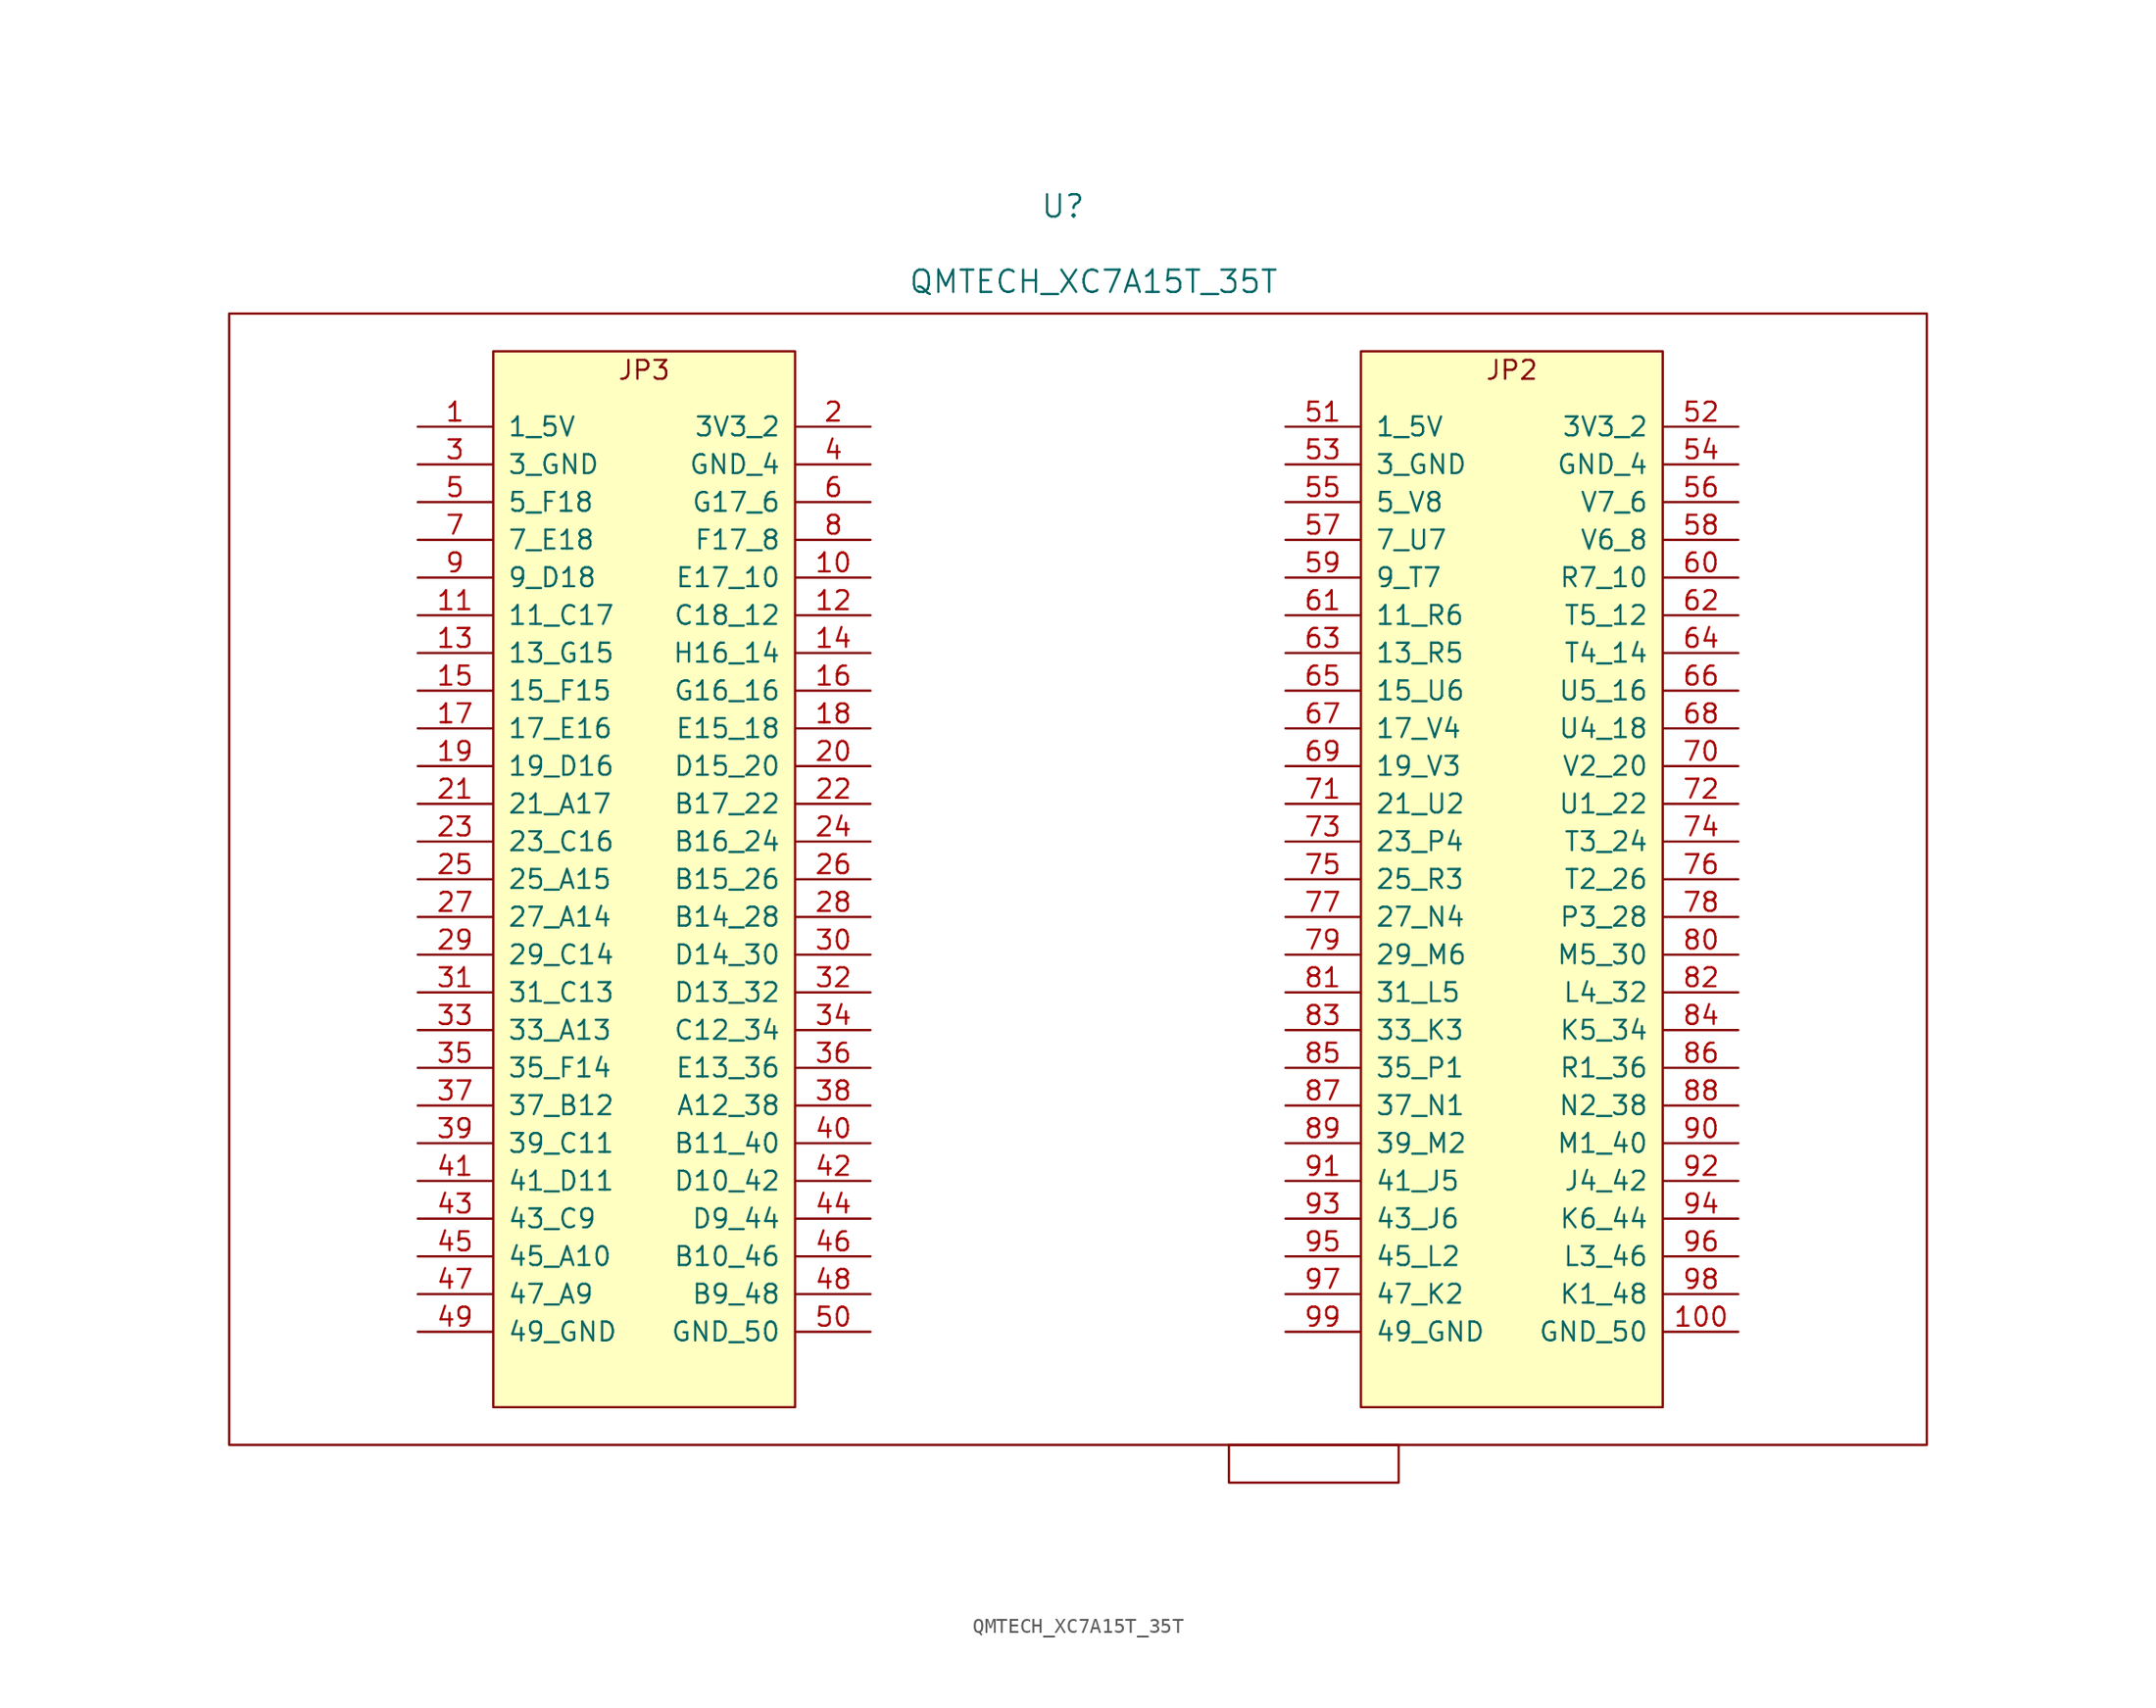
<source format=kicad_sym>
(kicad_symbol_lib
  (version 20211014)
  (generator kicad_symbol_editor)
  (symbol "QMTECH_XC7A15T_35T"
    (pin_names
      (offset 1.016))
    (property "Reference" "U"
      (at -2.54 41.91 0)
      (effects (font (size 1.499 1.499)) (justify left bottom)))
    (property "Value" "QMTECH_XC7A15T_35T"
      (at -11.43 36.83 0)
      (effects (font (size 1.499 1.499)) (justify left bottom)))
    (symbol "QMTECH_XC7A15T_35T_0_0"
      (text "JP2" (at 29.21 31.75 0) (effects (font (size 1.27 1.27))))
      (text "JP3" (at -29.21 31.75 0) (effects (font (size 1.27 1.27)))))
    (symbol "QMTECH_XC7A15T_35T_0_1"
      (rectangle (start -57.15 35.56) (end 57.15 -40.64) (stroke (width 0) (type default) (color 0 0 0 0)) (fill (type none)))
      (rectangle (start 10.16 -40.64) (end 21.59 -43.18) (stroke (width 0) (type default) (color 0 0 0 0)) (fill (type none))))
    (symbol "QMTECH_XC7A15T_35T_1_0"
      (pin bidirectional line (at -44.45 27.94 0) (length 5) (name "1_5V" (effects (font (size 1.27 1.27)))) (number "1" (effects (font (size 1.27 1.27)))))
      (pin bidirectional line (at -13.97 17.78 180) (length 5) (name "E17_10" (effects (font (size 1.27 1.27)))) (number "10" (effects (font (size 1.27 1.27)))))
      (pin bidirectional line (at 44.45 -33.02 180) (length 5) (name "GND_50" (effects (font (size 1.27 1.27)))) (number "100" (effects (font (size 1.27 1.27)))))
      (pin bidirectional line (at -44.45 15.24 0) (length 5) (name "11_C17" (effects (font (size 1.27 1.27)))) (number "11" (effects (font (size 1.27 1.27)))))
      (pin bidirectional line (at -13.97 15.24 180) (length 5) (name "C18_12" (effects (font (size 1.27 1.27)))) (number "12" (effects (font (size 1.27 1.27)))))
      (pin bidirectional line (at -44.45 12.7 0) (length 5) (name "13_G15" (effects (font (size 1.27 1.27)))) (number "13" (effects (font (size 1.27 1.27)))))
      (pin bidirectional line (at -13.97 12.7 180) (length 5) (name "H16_14" (effects (font (size 1.27 1.27)))) (number "14" (effects (font (size 1.27 1.27)))))
      (pin bidirectional line (at -44.45 10.16 0) (length 5) (name "15_F15" (effects (font (size 1.27 1.27)))) (number "15" (effects (font (size 1.27 1.27)))))
      (pin bidirectional line (at -13.97 10.16 180) (length 5) (name "G16_16" (effects (font (size 1.27 1.27)))) (number "16" (effects (font (size 1.27 1.27)))))
      (pin bidirectional line (at -44.45 7.62 0) (length 5) (name "17_E16" (effects (font (size 1.27 1.27)))) (number "17" (effects (font (size 1.27 1.27)))))
      (pin bidirectional line (at -13.97 7.62 180) (length 5) (name "E15_18" (effects (font (size 1.27 1.27)))) (number "18" (effects (font (size 1.27 1.27)))))
      (pin bidirectional line (at -44.45 5.08 0) (length 5) (name "19_D16" (effects (font (size 1.27 1.27)))) (number "19" (effects (font (size 1.27 1.27)))))
      (pin bidirectional line (at -13.97 27.94 180) (length 5) (name "3V3_2" (effects (font (size 1.27 1.27)))) (number "2" (effects (font (size 1.27 1.27)))))
      (pin bidirectional line (at -13.97 5.08 180) (length 5) (name "D15_20" (effects (font (size 1.27 1.27)))) (number "20" (effects (font (size 1.27 1.27)))))
      (pin bidirectional line (at -44.45 2.54 0) (length 5) (name "21_A17" (effects (font (size 1.27 1.27)))) (number "21" (effects (font (size 1.27 1.27)))))
      (pin bidirectional line (at -13.97 2.54 180) (length 5) (name "B17_22" (effects (font (size 1.27 1.27)))) (number "22" (effects (font (size 1.27 1.27)))))
      (pin bidirectional line (at -44.45 0 0) (length 5) (name "23_C16" (effects (font (size 1.27 1.27)))) (number "23" (effects (font (size 1.27 1.27)))))
      (pin bidirectional line (at -13.97 0 180) (length 5) (name "B16_24" (effects (font (size 1.27 1.27)))) (number "24" (effects (font (size 1.27 1.27)))))
      (pin bidirectional line (at -44.45 -2.54 0) (length 5) (name "25_A15" (effects (font (size 1.27 1.27)))) (number "25" (effects (font (size 1.27 1.27)))))
      (pin bidirectional line (at -13.97 -2.54 180) (length 5) (name "B15_26" (effects (font (size 1.27 1.27)))) (number "26" (effects (font (size 1.27 1.27)))))
      (pin bidirectional line (at -44.45 -5.08 0) (length 5) (name "27_A14" (effects (font (size 1.27 1.27)))) (number "27" (effects (font (size 1.27 1.27)))))
      (pin bidirectional line (at -13.97 -5.08 180) (length 5) (name "B14_28" (effects (font (size 1.27 1.27)))) (number "28" (effects (font (size 1.27 1.27)))))
      (pin bidirectional line (at -44.45 -7.62 0) (length 5) (name "29_C14" (effects (font (size 1.27 1.27)))) (number "29" (effects (font (size 1.27 1.27)))))
      (pin bidirectional line (at -44.45 25.4 0) (length 5) (name "3_GND" (effects (font (size 1.27 1.27)))) (number "3" (effects (font (size 1.27 1.27)))))
      (pin bidirectional line (at -13.97 -7.62 180) (length 5) (name "D14_30" (effects (font (size 1.27 1.27)))) (number "30" (effects (font (size 1.27 1.27)))))
      (pin bidirectional line (at -44.45 -10.16 0) (length 5) (name "31_C13" (effects (font (size 1.27 1.27)))) (number "31" (effects (font (size 1.27 1.27)))))
      (pin bidirectional line (at -13.97 -10.16 180) (length 5) (name "D13_32" (effects (font (size 1.27 1.27)))) (number "32" (effects (font (size 1.27 1.27)))))
      (pin bidirectional line (at -44.45 -12.7 0) (length 5) (name "33_A13" (effects (font (size 1.27 1.27)))) (number "33" (effects (font (size 1.27 1.27)))))
      (pin bidirectional line (at -13.97 -12.7 180) (length 5) (name "C12_34" (effects (font (size 1.27 1.27)))) (number "34" (effects (font (size 1.27 1.27)))))
      (pin bidirectional line (at -44.45 -15.24 0) (length 5) (name "35_F14" (effects (font (size 1.27 1.27)))) (number "35" (effects (font (size 1.27 1.27)))))
      (pin bidirectional line (at -13.97 -15.24 180) (length 5) (name "E13_36" (effects (font (size 1.27 1.27)))) (number "36" (effects (font (size 1.27 1.27)))))
      (pin bidirectional line (at -44.45 -17.78 0) (length 5) (name "37_B12" (effects (font (size 1.27 1.27)))) (number "37" (effects (font (size 1.27 1.27)))))
      (pin bidirectional line (at -13.97 -17.78 180) (length 5) (name "A12_38" (effects (font (size 1.27 1.27)))) (number "38" (effects (font (size 1.27 1.27)))))
      (pin bidirectional line (at -44.45 -20.32 0) (length 5) (name "39_C11" (effects (font (size 1.27 1.27)))) (number "39" (effects (font (size 1.27 1.27)))))
      (pin bidirectional line (at -13.97 25.4 180) (length 5) (name "GND_4" (effects (font (size 1.27 1.27)))) (number "4" (effects (font (size 1.27 1.27)))))
      (pin bidirectional line (at -13.97 -20.32 180) (length 5) (name "B11_40" (effects (font (size 1.27 1.27)))) (number "40" (effects (font (size 1.27 1.27)))))
      (pin bidirectional line (at -44.45 -22.86 0) (length 5) (name "41_D11" (effects (font (size 1.27 1.27)))) (number "41" (effects (font (size 1.27 1.27)))))
      (pin bidirectional line (at -13.97 -22.86 180) (length 5) (name "D10_42" (effects (font (size 1.27 1.27)))) (number "42" (effects (font (size 1.27 1.27)))))
      (pin bidirectional line (at -44.45 -25.4 0) (length 5) (name "43_C9" (effects (font (size 1.27 1.27)))) (number "43" (effects (font (size 1.27 1.27)))))
      (pin bidirectional line (at -13.97 -25.4 180) (length 5) (name "D9_44" (effects (font (size 1.27 1.27)))) (number "44" (effects (font (size 1.27 1.27)))))
      (pin bidirectional line (at -44.45 -27.94 0) (length 5) (name "45_A10" (effects (font (size 1.27 1.27)))) (number "45" (effects (font (size 1.27 1.27)))))
      (pin bidirectional line (at -13.97 -27.94 180) (length 5) (name "B10_46" (effects (font (size 1.27 1.27)))) (number "46" (effects (font (size 1.27 1.27)))))
      (pin bidirectional line (at -44.45 -30.48 0) (length 5) (name "47_A9" (effects (font (size 1.27 1.27)))) (number "47" (effects (font (size 1.27 1.27)))))
      (pin bidirectional line (at -13.97 -30.48 180) (length 5) (name "B9_48" (effects (font (size 1.27 1.27)))) (number "48" (effects (font (size 1.27 1.27)))))
      (pin bidirectional line (at -44.45 -33.02 0) (length 5) (name "49_GND" (effects (font (size 1.27 1.27)))) (number "49" (effects (font (size 1.27 1.27)))))
      (pin bidirectional line (at -44.45 22.86 0) (length 5) (name "5_F18" (effects (font (size 1.27 1.27)))) (number "5" (effects (font (size 1.27 1.27)))))
      (pin bidirectional line (at -13.97 -33.02 180) (length 5) (name "GND_50" (effects (font (size 1.27 1.27)))) (number "50" (effects (font (size 1.27 1.27)))))
      (pin bidirectional line (at 13.97 27.94 0) (length 5) (name "1_5V" (effects (font (size 1.27 1.27)))) (number "51" (effects (font (size 1.27 1.27)))))
      (pin bidirectional line (at 44.45 27.94 180) (length 5) (name "3V3_2" (effects (font (size 1.27 1.27)))) (number "52" (effects (font (size 1.27 1.27)))))
      (pin bidirectional line (at 13.97 25.4 0) (length 5) (name "3_GND" (effects (font (size 1.27 1.27)))) (number "53" (effects (font (size 1.27 1.27)))))
      (pin bidirectional line (at 44.45 25.4 180) (length 5) (name "GND_4" (effects (font (size 1.27 1.27)))) (number "54" (effects (font (size 1.27 1.27)))))
      (pin bidirectional line (at 13.97 22.86 0) (length 5) (name "5_V8" (effects (font (size 1.27 1.27)))) (number "55" (effects (font (size 1.27 1.27)))))
      (pin bidirectional line (at 44.45 22.86 180) (length 5) (name "V7_6" (effects (font (size 1.27 1.27)))) (number "56" (effects (font (size 1.27 1.27)))))
      (pin bidirectional line (at 13.97 20.32 0) (length 5) (name "7_U7" (effects (font (size 1.27 1.27)))) (number "57" (effects (font (size 1.27 1.27)))))
      (pin bidirectional line (at 44.45 20.32 180) (length 5) (name "V6_8" (effects (font (size 1.27 1.27)))) (number "58" (effects (font (size 1.27 1.27)))))
      (pin bidirectional line (at 13.97 17.78 0) (length 5) (name "9_T7" (effects (font (size 1.27 1.27)))) (number "59" (effects (font (size 1.27 1.27)))))
      (pin bidirectional line (at -13.97 22.86 180) (length 5) (name "G17_6" (effects (font (size 1.27 1.27)))) (number "6" (effects (font (size 1.27 1.27)))))
      (pin bidirectional line (at 44.45 17.78 180) (length 5) (name "R7_10" (effects (font (size 1.27 1.27)))) (number "60" (effects (font (size 1.27 1.27)))))
      (pin bidirectional line (at 13.97 15.24 0) (length 5) (name "11_R6" (effects (font (size 1.27 1.27)))) (number "61" (effects (font (size 1.27 1.27)))))
      (pin bidirectional line (at 44.45 15.24 180) (length 5) (name "T5_12" (effects (font (size 1.27 1.27)))) (number "62" (effects (font (size 1.27 1.27)))))
      (pin bidirectional line (at 13.97 12.7 0) (length 5) (name "13_R5" (effects (font (size 1.27 1.27)))) (number "63" (effects (font (size 1.27 1.27)))))
      (pin bidirectional line (at 44.45 12.7 180) (length 5) (name "T4_14" (effects (font (size 1.27 1.27)))) (number "64" (effects (font (size 1.27 1.27)))))
      (pin bidirectional line (at 13.97 10.16 0) (length 5) (name "15_U6" (effects (font (size 1.27 1.27)))) (number "65" (effects (font (size 1.27 1.27)))))
      (pin bidirectional line (at 44.45 10.16 180) (length 5) (name "U5_16" (effects (font (size 1.27 1.27)))) (number "66" (effects (font (size 1.27 1.27)))))
      (pin bidirectional line (at 13.97 7.62 0) (length 5) (name "17_V4" (effects (font (size 1.27 1.27)))) (number "67" (effects (font (size 1.27 1.27)))))
      (pin bidirectional line (at 44.45 7.62 180) (length 5) (name "U4_18" (effects (font (size 1.27 1.27)))) (number "68" (effects (font (size 1.27 1.27)))))
      (pin bidirectional line (at 13.97 5.08 0) (length 5) (name "19_V3" (effects (font (size 1.27 1.27)))) (number "69" (effects (font (size 1.27 1.27)))))
      (pin bidirectional line (at -44.45 20.32 0) (length 5) (name "7_E18" (effects (font (size 1.27 1.27)))) (number "7" (effects (font (size 1.27 1.27)))))
      (pin bidirectional line (at 44.45 5.08 180) (length 5) (name "V2_20" (effects (font (size 1.27 1.27)))) (number "70" (effects (font (size 1.27 1.27)))))
      (pin bidirectional line (at 13.97 2.54 0) (length 5) (name "21_U2" (effects (font (size 1.27 1.27)))) (number "71" (effects (font (size 1.27 1.27)))))
      (pin bidirectional line (at 44.45 2.54 180) (length 5) (name "U1_22" (effects (font (size 1.27 1.27)))) (number "72" (effects (font (size 1.27 1.27)))))
      (pin bidirectional line (at 13.97 0 0) (length 5) (name "23_P4" (effects (font (size 1.27 1.27)))) (number "73" (effects (font (size 1.27 1.27)))))
      (pin bidirectional line (at 44.45 0 180) (length 5) (name "T3_24" (effects (font (size 1.27 1.27)))) (number "74" (effects (font (size 1.27 1.27)))))
      (pin bidirectional line (at 13.97 -2.54 0) (length 5) (name "25_R3" (effects (font (size 1.27 1.27)))) (number "75" (effects (font (size 1.27 1.27)))))
      (pin bidirectional line (at 44.45 -2.54 180) (length 5) (name "T2_26" (effects (font (size 1.27 1.27)))) (number "76" (effects (font (size 1.27 1.27)))))
      (pin bidirectional line (at 13.97 -5.08 0) (length 5) (name "27_N4" (effects (font (size 1.27 1.27)))) (number "77" (effects (font (size 1.27 1.27)))))
      (pin bidirectional line (at 44.45 -5.08 180) (length 5) (name "P3_28" (effects (font (size 1.27 1.27)))) (number "78" (effects (font (size 1.27 1.27)))))
      (pin bidirectional line (at 13.97 -7.62 0) (length 5) (name "29_M6" (effects (font (size 1.27 1.27)))) (number "79" (effects (font (size 1.27 1.27)))))
      (pin bidirectional line (at -13.97 20.32 180) (length 5) (name "F17_8" (effects (font (size 1.27 1.27)))) (number "8" (effects (font (size 1.27 1.27)))))
      (pin bidirectional line (at 44.45 -7.62 180) (length 5) (name "M5_30" (effects (font (size 1.27 1.27)))) (number "80" (effects (font (size 1.27 1.27)))))
      (pin bidirectional line (at 13.97 -10.16 0) (length 5) (name "31_L5" (effects (font (size 1.27 1.27)))) (number "81" (effects (font (size 1.27 1.27)))))
      (pin bidirectional line (at 44.45 -10.16 180) (length 5) (name "L4_32" (effects (font (size 1.27 1.27)))) (number "82" (effects (font (size 1.27 1.27)))))
      (pin bidirectional line (at 13.97 -12.7 0) (length 5) (name "33_K3" (effects (font (size 1.27 1.27)))) (number "83" (effects (font (size 1.27 1.27)))))
      (pin bidirectional line (at 44.45 -12.7 180) (length 5) (name "K5_34" (effects (font (size 1.27 1.27)))) (number "84" (effects (font (size 1.27 1.27)))))
      (pin bidirectional line (at 13.97 -15.24 0) (length 5) (name "35_P1" (effects (font (size 1.27 1.27)))) (number "85" (effects (font (size 1.27 1.27)))))
      (pin bidirectional line (at 44.45 -15.24 180) (length 5) (name "R1_36" (effects (font (size 1.27 1.27)))) (number "86" (effects (font (size 1.27 1.27)))))
      (pin bidirectional line (at 13.97 -17.78 0) (length 5) (name "37_N1" (effects (font (size 1.27 1.27)))) (number "87" (effects (font (size 1.27 1.27)))))
      (pin bidirectional line (at 44.45 -17.78 180) (length 5) (name "N2_38" (effects (font (size 1.27 1.27)))) (number "88" (effects (font (size 1.27 1.27)))))
      (pin bidirectional line (at 13.97 -20.32 0) (length 5) (name "39_M2" (effects (font (size 1.27 1.27)))) (number "89" (effects (font (size 1.27 1.27)))))
      (pin bidirectional line (at -44.45 17.78 0) (length 5) (name "9_D18" (effects (font (size 1.27 1.27)))) (number "9" (effects (font (size 1.27 1.27)))))
      (pin bidirectional line (at 44.45 -20.32 180) (length 5) (name "M1_40" (effects (font (size 1.27 1.27)))) (number "90" (effects (font (size 1.27 1.27)))))
      (pin bidirectional line (at 13.97 -22.86 0) (length 5) (name "41_J5" (effects (font (size 1.27 1.27)))) (number "91" (effects (font (size 1.27 1.27)))))
      (pin bidirectional line (at 44.45 -22.86 180) (length 5) (name "J4_42" (effects (font (size 1.27 1.27)))) (number "92" (effects (font (size 1.27 1.27)))))
      (pin bidirectional line (at 13.97 -25.4 0) (length 5) (name "43_J6" (effects (font (size 1.27 1.27)))) (number "93" (effects (font (size 1.27 1.27)))))
      (pin bidirectional line (at 44.45 -25.4 180) (length 5) (name "K6_44" (effects (font (size 1.27 1.27)))) (number "94" (effects (font (size 1.27 1.27)))))
      (pin bidirectional line (at 13.97 -27.94 0) (length 5) (name "45_L2" (effects (font (size 1.27 1.27)))) (number "95" (effects (font (size 1.27 1.27)))))
      (pin bidirectional line (at 44.45 -27.94 180) (length 5) (name "L3_46" (effects (font (size 1.27 1.27)))) (number "96" (effects (font (size 1.27 1.27)))))
      (pin bidirectional line (at 13.97 -30.48 0) (length 5) (name "47_K2" (effects (font (size 1.27 1.27)))) (number "97" (effects (font (size 1.27 1.27)))))
      (pin bidirectional line (at 44.45 -30.48 180) (length 5) (name "K1_48" (effects (font (size 1.27 1.27)))) (number "98" (effects (font (size 1.27 1.27)))))
      (pin bidirectional line (at 13.97 -33.02 0) (length 5) (name "49_GND" (effects (font (size 1.27 1.27)))) (number "99" (effects (font (size 1.27 1.27))))))
    (symbol "QMTECH_XC7A15T_35T_1_1"
      (rectangle (start -39.37 33.02) (end -19.05 -38.1) (stroke (width 0) (type default) (color 0 0 0 0)) (fill (type background)))
      (rectangle (start 19.05 33.02) (end 39.37 -38.1) (stroke (width 0) (type default) (color 0 0 0 0)) (fill (type background))))))
</source>
